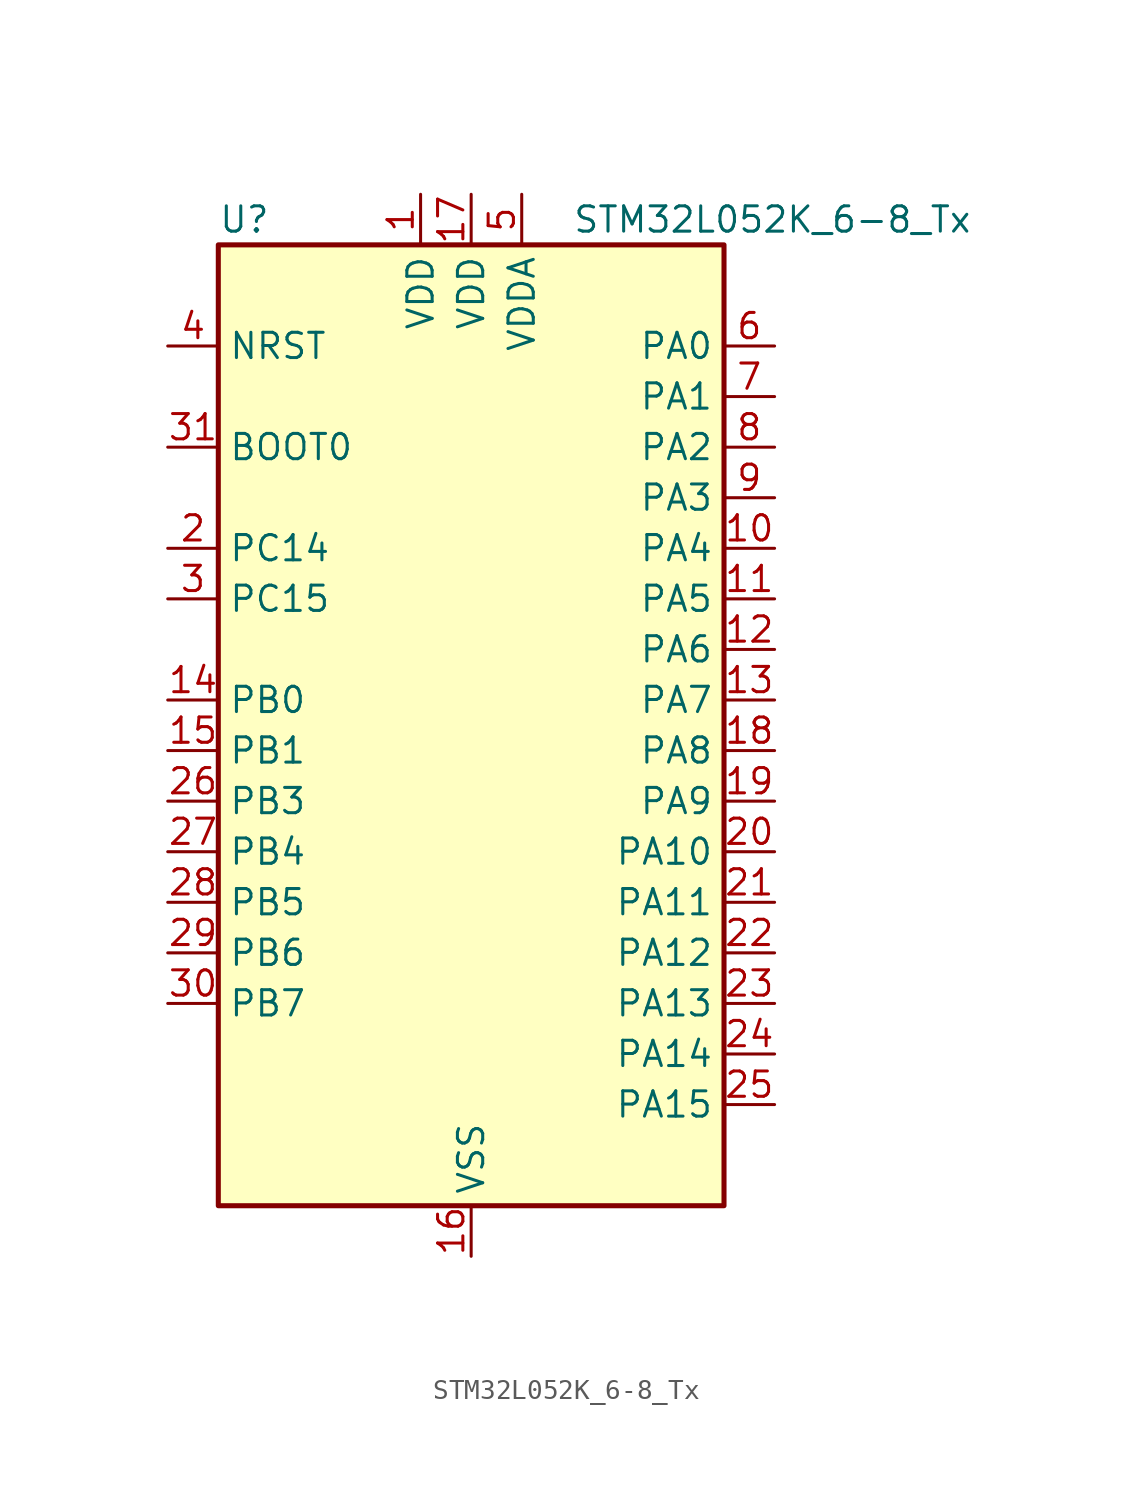
<source format=kicad_sym>
(kicad_symbol_lib
  (version 20241209)
  (generator "kicad_symbol_editor")
  (generator_version "9.0")
  (symbol "STM32L052K_6-8_Tx"
    (property "Reference" "U"
      (at -12.7 26.67 0)
      (effects (font (size 1.27 1.27)) (justify left)))
    (property "Value" "STM32L052K_6-8_Tx"
      (at 5.08 26.67 0)
      (effects (font (size 1.27 1.27)) (justify left)))
    (symbol "STM32L052K_6-8_Tx_0_1"
      (rectangle (start -12.7 -22.86) (end 12.7 25.4) (stroke (width 0.254) (type default)) (fill (type background))))
    (symbol "STM32L052K_6-8_Tx_1_1"
      (pin input line (at -15.24 20.32 0) (length 2.54) (name "NRST" (effects (font (size 1.27 1.27)))) (number "4" (effects (font (size 1.27 1.27)))))
      (pin input line (at -15.24 15.24 0) (length 2.54) (name "BOOT0" (effects (font (size 1.27 1.27)))) (number "31" (effects (font (size 1.27 1.27)))))
      (pin bidirectional line (at -15.24 10.16 0) (length 2.54) (name "PC14" (effects (font (size 1.27 1.27)))) (number "2" (effects (font (size 1.27 1.27)))) (alternate "RCC_OSC32_IN" bidirectional line))
      (pin bidirectional line (at -15.24 7.62 0) (length 2.54) (name "PC15" (effects (font (size 1.27 1.27)))) (number "3" (effects (font (size 1.27 1.27)))) (alternate "RCC_OSC32_OUT" bidirectional line))
      (pin bidirectional line (at -15.24 2.54 0) (length 2.54) (name "PB0" (effects (font (size 1.27 1.27)))) (number "14" (effects (font (size 1.27 1.27)))) (alternate "ADC_IN8" bidirectional line) (alternate "SYS_VREF_OUT_PB0" bidirectional line) (alternate "TSC_G3_IO2" bidirectional line))
      (pin bidirectional line (at -15.24 0 0) (length 2.54) (name "PB1" (effects (font (size 1.27 1.27)))) (number "15" (effects (font (size 1.27 1.27)))) (alternate "ADC_IN9" bidirectional line) (alternate "SYS_VREF_OUT_PB1" bidirectional line) (alternate "TSC_G3_IO3" bidirectional line))
      (pin bidirectional line (at -15.24 -2.54 0) (length 2.54) (name "PB3" (effects (font (size 1.27 1.27)))) (number "26" (effects (font (size 1.27 1.27)))) (alternate "COMP2_INM" bidirectional line) (alternate "SPI1_SCK" bidirectional line) (alternate "TIM2_CH2" bidirectional line) (alternate "TSC_G5_IO1" bidirectional line))
      (pin bidirectional line (at -15.24 -5.08 0) (length 2.54) (name "PB4" (effects (font (size 1.27 1.27)))) (number "27" (effects (font (size 1.27 1.27)))) (alternate "COMP2_INP" bidirectional line) (alternate "SPI1_MISO" bidirectional line) (alternate "TIM22_CH1" bidirectional line) (alternate "TSC_G5_IO2" bidirectional line))
      (pin bidirectional line (at -15.24 -7.62 0) (length 2.54) (name "PB5" (effects (font (size 1.27 1.27)))) (number "28" (effects (font (size 1.27 1.27)))) (alternate "COMP2_INP" bidirectional line) (alternate "I2C1_SMBA" bidirectional line) (alternate "LPTIM1_IN1" bidirectional line) (alternate "SPI1_MOSI" bidirectional line) (alternate "TIM22_CH2" bidirectional line))
      (pin bidirectional line (at -15.24 -10.16 0) (length 2.54) (name "PB6" (effects (font (size 1.27 1.27)))) (number "29" (effects (font (size 1.27 1.27)))) (alternate "COMP2_INP" bidirectional line) (alternate "I2C1_SCL" bidirectional line) (alternate "LPTIM1_ETR" bidirectional line) (alternate "TSC_G5_IO3" bidirectional line) (alternate "USART1_TX" bidirectional line))
      (pin bidirectional line (at -15.24 -12.7 0) (length 2.54) (name "PB7" (effects (font (size 1.27 1.27)))) (number "30" (effects (font (size 1.27 1.27)))) (alternate "COMP2_INP" bidirectional line) (alternate "I2C1_SDA" bidirectional line) (alternate "LPTIM1_IN2" bidirectional line) (alternate "SYS_PVD_IN" bidirectional line) (alternate "TSC_G5_IO4" bidirectional line) (alternate "USART1_RX" bidirectional line))
      (pin power_in line (at -2.54 27.94 270) (length 2.54) (name "VDD" (effects (font (size 1.27 1.27)))) (number "1" (effects (font (size 1.27 1.27)))))
      (pin power_in line (at 0 27.94 270) (length 2.54) (name "VDD" (effects (font (size 1.27 1.27)))) (number "17" (effects (font (size 1.27 1.27)))))
      (pin power_in line (at 0 -25.4 90) (length 2.54) (name "VSS" (effects (font (size 1.27 1.27)))) (number "16" (effects (font (size 1.27 1.27)))))
      (pin passive line (at 0 -25.4 90) (length 2.54) (hide yes) (name "VSS" (effects (font (size 1.27 1.27)))) (number "32" (effects (font (size 1.27 1.27)))))
      (pin power_in line (at 2.54 27.94 270) (length 2.54) (name "VDDA" (effects (font (size 1.27 1.27)))) (number "5" (effects (font (size 1.27 1.27)))))
      (pin bidirectional line (at 15.24 20.32 180) (length 2.54) (name "PA0" (effects (font (size 1.27 1.27)))) (number "6" (effects (font (size 1.27 1.27)))) (alternate "ADC_IN0" bidirectional line) (alternate "COMP1_INM" bidirectional line) (alternate "COMP1_OUT" bidirectional line) (alternate "RTC_TAMP2" bidirectional line) (alternate "SYS_WKUP1" bidirectional line) (alternate "TIM2_CH1" bidirectional line) (alternate "TIM2_ETR" bidirectional line) (alternate "TSC_G1_IO1" bidirectional line) (alternate "USART2_CTS" bidirectional line))
      (pin bidirectional line (at 15.24 17.78 180) (length 2.54) (name "PA1" (effects (font (size 1.27 1.27)))) (number "7" (effects (font (size 1.27 1.27)))) (alternate "ADC_IN1" bidirectional line) (alternate "COMP1_INP" bidirectional line) (alternate "TIM21_ETR" bidirectional line) (alternate "TIM2_CH2" bidirectional line) (alternate "TSC_G1_IO2" bidirectional line) (alternate "USART2_DE" bidirectional line) (alternate "USART2_RTS" bidirectional line))
      (pin bidirectional line (at 15.24 15.24 180) (length 2.54) (name "PA2" (effects (font (size 1.27 1.27)))) (number "8" (effects (font (size 1.27 1.27)))) (alternate "ADC_IN2" bidirectional line) (alternate "COMP2_INM" bidirectional line) (alternate "COMP2_OUT" bidirectional line) (alternate "TIM21_CH1" bidirectional line) (alternate "TIM2_CH3" bidirectional line) (alternate "TSC_G1_IO3" bidirectional line) (alternate "USART2_TX" bidirectional line))
      (pin bidirectional line (at 15.24 12.7 180) (length 2.54) (name "PA3" (effects (font (size 1.27 1.27)))) (number "9" (effects (font (size 1.27 1.27)))) (alternate "ADC_IN3" bidirectional line) (alternate "COMP2_INP" bidirectional line) (alternate "TIM21_CH2" bidirectional line) (alternate "TIM2_CH4" bidirectional line) (alternate "TSC_G1_IO4" bidirectional line) (alternate "USART2_RX" bidirectional line))
      (pin bidirectional line (at 15.24 10.16 180) (length 2.54) (name "PA4" (effects (font (size 1.27 1.27)))) (number "10" (effects (font (size 1.27 1.27)))) (alternate "ADC_IN4" bidirectional line) (alternate "COMP1_INM" bidirectional line) (alternate "COMP2_INM" bidirectional line) (alternate "DAC_OUT1" bidirectional line) (alternate "SPI1_NSS" bidirectional line) (alternate "TIM22_ETR" bidirectional line) (alternate "TSC_G2_IO1" bidirectional line) (alternate "USART2_CK" bidirectional line))
      (pin bidirectional line (at 15.24 7.62 180) (length 2.54) (name "PA5" (effects (font (size 1.27 1.27)))) (number "11" (effects (font (size 1.27 1.27)))) (alternate "ADC_IN5" bidirectional line) (alternate "COMP1_INM" bidirectional line) (alternate "COMP2_INM" bidirectional line) (alternate "SPI1_SCK" bidirectional line) (alternate "TIM2_CH1" bidirectional line) (alternate "TIM2_ETR" bidirectional line) (alternate "TSC_G2_IO2" bidirectional line))
      (pin bidirectional line (at 15.24 5.08 180) (length 2.54) (name "PA6" (effects (font (size 1.27 1.27)))) (number "12" (effects (font (size 1.27 1.27)))) (alternate "ADC_IN6" bidirectional line) (alternate "COMP1_OUT" bidirectional line) (alternate "SPI1_MISO" bidirectional line) (alternate "TIM22_CH1" bidirectional line) (alternate "TSC_G2_IO3" bidirectional line))
      (pin bidirectional line (at 15.24 2.54 180) (length 2.54) (name "PA7" (effects (font (size 1.27 1.27)))) (number "13" (effects (font (size 1.27 1.27)))) (alternate "ADC_IN7" bidirectional line) (alternate "COMP2_OUT" bidirectional line) (alternate "SPI1_MOSI" bidirectional line) (alternate "TIM22_CH2" bidirectional line) (alternate "TSC_G2_IO4" bidirectional line))
      (pin bidirectional line (at 15.24 0 180) (length 2.54) (name "PA8" (effects (font (size 1.27 1.27)))) (number "18" (effects (font (size 1.27 1.27)))) (alternate "CRS_SYNC" bidirectional line) (alternate "RCC_MCO" bidirectional line) (alternate "USART1_CK" bidirectional line))
      (pin bidirectional line (at 15.24 -2.54 180) (length 2.54) (name "PA9" (effects (font (size 1.27 1.27)))) (number "19" (effects (font (size 1.27 1.27)))) (alternate "DAC_EXTI9" bidirectional line) (alternate "RCC_MCO" bidirectional line) (alternate "TSC_G4_IO1" bidirectional line) (alternate "USART1_TX" bidirectional line))
      (pin bidirectional line (at 15.24 -5.08 180) (length 2.54) (name "PA10" (effects (font (size 1.27 1.27)))) (number "20" (effects (font (size 1.27 1.27)))) (alternate "TSC_G4_IO2" bidirectional line) (alternate "USART1_RX" bidirectional line))
      (pin bidirectional line (at 15.24 -7.62 180) (length 2.54) (name "PA11" (effects (font (size 1.27 1.27)))) (number "21" (effects (font (size 1.27 1.27)))) (alternate "ADC_EXTI11" bidirectional line) (alternate "COMP1_OUT" bidirectional line) (alternate "SPI1_MISO" bidirectional line) (alternate "TSC_G4_IO3" bidirectional line) (alternate "USART1_CTS" bidirectional line) (alternate "USB_DM" bidirectional line))
      (pin bidirectional line (at 15.24 -10.16 180) (length 2.54) (name "PA12" (effects (font (size 1.27 1.27)))) (number "22" (effects (font (size 1.27 1.27)))) (alternate "COMP2_OUT" bidirectional line) (alternate "SPI1_MOSI" bidirectional line) (alternate "TSC_G4_IO4" bidirectional line) (alternate "USART1_DE" bidirectional line) (alternate "USART1_RTS" bidirectional line) (alternate "USB_DP" bidirectional line))
      (pin bidirectional line (at 15.24 -12.7 180) (length 2.54) (name "PA13" (effects (font (size 1.27 1.27)))) (number "23" (effects (font (size 1.27 1.27)))) (alternate "SYS_SWDIO" bidirectional line) (alternate "USB_NOE" bidirectional line))
      (pin bidirectional line (at 15.24 -15.24 180) (length 2.54) (name "PA14" (effects (font (size 1.27 1.27)))) (number "24" (effects (font (size 1.27 1.27)))) (alternate "SYS_SWCLK" bidirectional line) (alternate "USART2_TX" bidirectional line))
      (pin bidirectional line (at 15.24 -17.78 180) (length 2.54) (name "PA15" (effects (font (size 1.27 1.27)))) (number "25" (effects (font (size 1.27 1.27)))) (alternate "SPI1_NSS" bidirectional line) (alternate "TIM2_CH1" bidirectional line) (alternate "TIM2_ETR" bidirectional line) (alternate "USART2_RX" bidirectional line)))))
</source>
